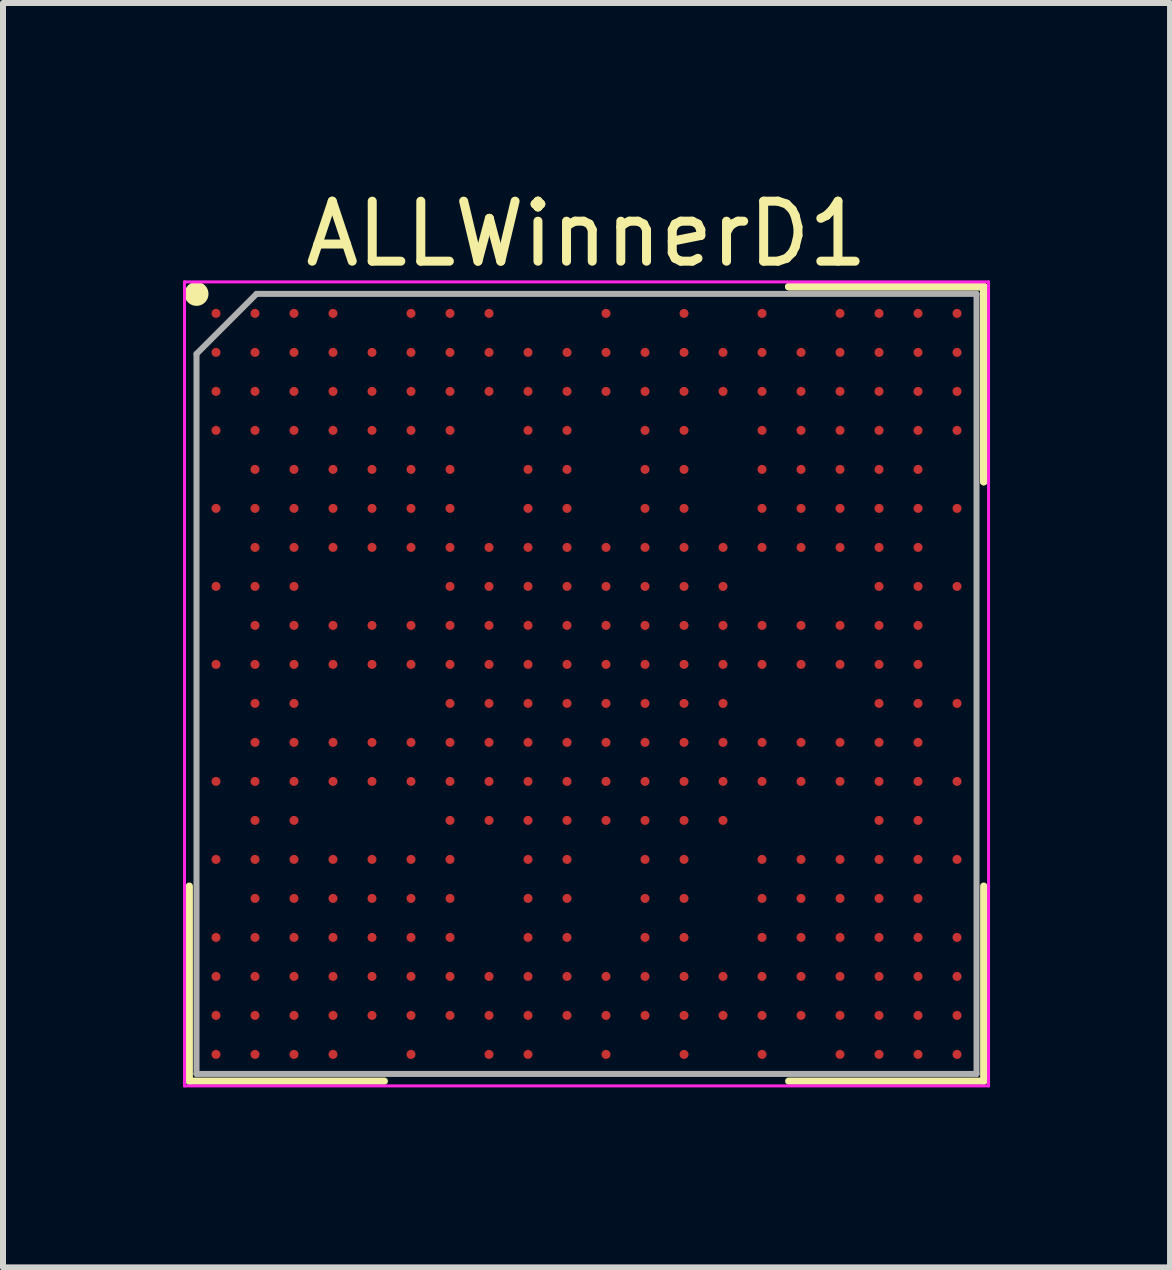
<source format=kicad_pcb>
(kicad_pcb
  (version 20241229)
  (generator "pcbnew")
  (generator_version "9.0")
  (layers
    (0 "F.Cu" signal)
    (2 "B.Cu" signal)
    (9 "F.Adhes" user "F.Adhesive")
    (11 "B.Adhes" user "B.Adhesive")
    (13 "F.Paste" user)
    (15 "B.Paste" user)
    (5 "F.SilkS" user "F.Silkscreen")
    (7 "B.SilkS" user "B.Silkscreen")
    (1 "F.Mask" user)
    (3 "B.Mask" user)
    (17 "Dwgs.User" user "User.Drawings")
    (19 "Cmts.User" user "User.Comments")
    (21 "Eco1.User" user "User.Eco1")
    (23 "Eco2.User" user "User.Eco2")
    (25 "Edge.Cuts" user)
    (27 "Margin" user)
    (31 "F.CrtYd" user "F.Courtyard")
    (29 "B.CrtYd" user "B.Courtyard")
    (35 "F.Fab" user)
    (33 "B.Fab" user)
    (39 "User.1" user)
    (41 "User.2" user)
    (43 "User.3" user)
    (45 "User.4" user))
  (footprint "ALLWinnerD1"
    (layer "F.Cu")
    (at 6.725 8.348)
    (property "Reference" "ALLWinnerD1" (at 0 -7.5 0) (layer "F.SilkS") (effects (font (size 1 1) (thickness 0.15))))
    (attr smd)
    (fp_line (start -6.62 6.62) (end -6.62 3.37) (stroke (width 0.12) (type solid)) (layer "F.SilkS"))
    (fp_line (start -3.37 6.62) (end -6.62 6.62) (stroke (width 0.12) (type solid)) (layer "F.SilkS"))
    (fp_line (start 3.37 -6.62) (end 6.62 -6.62) (stroke (width 0.12) (type solid)) (layer "F.SilkS"))
    (fp_line (start 3.37 -6.62) (end 6.62 -6.62) (stroke (width 0.12) (type solid)) (layer "F.SilkS"))
    (fp_line (start 3.37 -6.62) (end 6.62 -6.62) (stroke (width 0.12) (type solid)) (layer "F.SilkS"))
    (fp_line (start 3.37 6.62) (end 6.62 6.62) (stroke (width 0.12) (type solid)) (layer "F.SilkS"))
    (fp_line (start 6.62 -6.62) (end 6.62 -3.37) (stroke (width 0.12) (type solid)) (layer "F.SilkS"))
    (fp_line (start 6.62 -6.62) (end 6.62 -3.37) (stroke (width 0.12) (type solid)) (layer "F.SilkS"))
    (fp_line (start 6.62 -6.62) (end 6.62 -3.37) (stroke (width 0.12) (type solid)) (layer "F.SilkS"))
    (fp_line (start 6.62 6.62) (end 6.62 3.37) (stroke (width 0.12) (type solid)) (layer "F.SilkS"))
    (fp_circle (center -6.5 -6.5) (end -6.5 -6.4) (stroke (width 0.2) (type solid)) (fill no) (layer "F.SilkS"))
    (fp_line (start -6.7 -6.7) (end 6.7 -6.7) (stroke (width 0.05) (type solid)) (layer "F.CrtYd"))
    (fp_line (start -6.7 6.7) (end -6.7 -6.7) (stroke (width 0.05) (type solid)) (layer "F.CrtYd"))
    (fp_line (start 6.7 -6.7) (end 6.7 6.7) (stroke (width 0.05) (type solid)) (layer "F.CrtYd"))
    (fp_line (start 6.7 6.7) (end -6.7 6.7) (stroke (width 0.05) (type solid)) (layer "F.CrtYd"))
    (fp_line (start -6.5 -5.5) (end -6.5 6.5) (stroke (width 0.1) (type solid)) (layer "F.Fab"))
    (fp_line (start -6.5 6.5) (end 6.5 6.5) (stroke (width 0.1) (type solid)) (layer "F.Fab"))
    (fp_line (start -5.5 -6.5) (end -6.5 -5.5) (stroke (width 0.1) (type solid)) (layer "F.Fab"))
    (fp_line (start 6.5 -6.5) (end -5.5 -6.5) (stroke (width 0.1) (type solid)) (layer "F.Fab"))
    (fp_line (start 6.5 6.5) (end 6.5 -6.5) (stroke (width 0.1) (type solid)) (layer "F.Fab"))
    (pad "A1" smd circle (at -6.175 -6.175) (size 0.15 0.15) (layers "F.Cu" "F.Mask" "F.Paste"))
    (pad "A2" smd circle (at -5.525 -6.175) (size 0.15 0.15) (layers "F.Cu" "F.Mask" "F.Paste"))
    (pad "A3" smd circle (at -4.875 -6.175) (size 0.15 0.15) (layers "F.Cu" "F.Mask" "F.Paste"))
    (pad "A4" smd circle (at -4.225 -6.175) (size 0.15 0.15) (layers "F.Cu" "F.Mask" "F.Paste"))
    (pad "A6" smd circle (at -2.925 -6.175) (size 0.15 0.15) (layers "F.Cu" "F.Mask" "F.Paste"))
    (pad "A7" smd circle (at -2.275 -6.175) (size 0.15 0.15) (layers "F.Cu" "F.Mask" "F.Paste"))
    (pad "A8" smd circle (at -1.625 -6.175) (size 0.15 0.15) (layers "F.Cu" "F.Mask" "F.Paste"))
    (pad "A11" smd circle (at 0.325 -6.175) (size 0.15 0.15) (layers "F.Cu" "F.Mask" "F.Paste"))
    (pad "A13" smd circle (at 1.625 -6.175) (size 0.15 0.15) (layers "F.Cu" "F.Mask" "F.Paste"))
    (pad "A15" smd circle (at 2.925 -6.175) (size 0.15 0.15) (layers "F.Cu" "F.Mask" "F.Paste"))
    (pad "A17" smd circle (at 4.225 -6.175) (size 0.15 0.15) (layers "F.Cu" "F.Mask" "F.Paste"))
    (pad "A18" smd circle (at 4.875 -6.175) (size 0.15 0.15) (layers "F.Cu" "F.Mask" "F.Paste"))
    (pad "A19" smd circle (at 5.525 -6.175) (size 0.15 0.15) (layers "F.Cu" "F.Mask" "F.Paste"))
    (pad "A20" smd circle (at 6.175 -6.175) (size 0.15 0.15) (layers "F.Cu" "F.Mask" "F.Paste"))
    (pad "B1" smd circle (at -6.175 -5.525) (size 0.15 0.15) (layers "F.Cu" "F.Mask" "F.Paste"))
    (pad "B2" smd circle (at -5.525 -5.525) (size 0.15 0.15) (layers "F.Cu" "F.Mask" "F.Paste"))
    (pad "B3" smd circle (at -4.875 -5.525) (size 0.15 0.15) (layers "F.Cu" "F.Mask" "F.Paste"))
    (pad "B4" smd circle (at -4.225 -5.525) (size 0.15 0.15) (layers "F.Cu" "F.Mask" "F.Paste"))
    (pad "B5" smd circle (at -3.575 -5.525) (size 0.15 0.15) (layers "F.Cu" "F.Mask" "F.Paste"))
    (pad "B6" smd circle (at -2.925 -5.525) (size 0.15 0.15) (layers "F.Cu" "F.Mask" "F.Paste"))
    (pad "B7" smd circle (at -2.275 -5.525) (size 0.15 0.15) (layers "F.Cu" "F.Mask" "F.Paste"))
    (pad "B8" smd circle (at -1.625 -5.525) (size 0.15 0.15) (layers "F.Cu" "F.Mask" "F.Paste"))
    (pad "B9" smd circle (at -0.975 -5.525) (size 0.15 0.15) (layers "F.Cu" "F.Mask" "F.Paste"))
    (pad "B10" smd circle (at -0.325 -5.525) (size 0.15 0.15) (layers "F.Cu" "F.Mask" "F.Paste"))
    (pad "B11" smd circle (at 0.325 -5.525) (size 0.15 0.15) (layers "F.Cu" "F.Mask" "F.Paste"))
    (pad "B12" smd circle (at 0.975 -5.525) (size 0.15 0.15) (layers "F.Cu" "F.Mask" "F.Paste"))
    (pad "B13" smd circle (at 1.625 -5.525) (size 0.15 0.15) (layers "F.Cu" "F.Mask" "F.Paste"))
    (pad "B14" smd circle (at 2.275 -5.525) (size 0.15 0.15) (layers "F.Cu" "F.Mask" "F.Paste"))
    (pad "B15" smd circle (at 2.925 -5.525) (size 0.15 0.15) (layers "F.Cu" "F.Mask" "F.Paste"))
    (pad "B16" smd circle (at 3.575 -5.525) (size 0.15 0.15) (layers "F.Cu" "F.Mask" "F.Paste"))
    (pad "B17" smd circle (at 4.225 -5.525) (size 0.15 0.15) (layers "F.Cu" "F.Mask" "F.Paste"))
    (pad "B18" smd circle (at 4.875 -5.525) (size 0.15 0.15) (layers "F.Cu" "F.Mask" "F.Paste"))
    (pad "B19" smd circle (at 5.525 -5.525) (size 0.15 0.15) (layers "F.Cu" "F.Mask" "F.Paste"))
    (pad "B20" smd circle (at 6.175 -5.525) (size 0.15 0.15) (layers "F.Cu" "F.Mask" "F.Paste"))
    (pad "C1" smd circle (at -6.175 -4.875) (size 0.15 0.15) (layers "F.Cu" "F.Mask" "F.Paste"))
    (pad "C2" smd circle (at -5.525 -4.875) (size 0.15 0.15) (layers "F.Cu" "F.Mask" "F.Paste"))
    (pad "C3" smd circle (at -4.875 -4.875) (size 0.15 0.15) (layers "F.Cu" "F.Mask" "F.Paste"))
    (pad "C4" smd circle (at -4.225 -4.875) (size 0.15 0.15) (layers "F.Cu" "F.Mask" "F.Paste"))
    (pad "C5" smd circle (at -3.575 -4.875) (size 0.15 0.15) (layers "F.Cu" "F.Mask" "F.Paste"))
    (pad "C6" smd circle (at -2.925 -4.875) (size 0.15 0.15) (layers "F.Cu" "F.Mask" "F.Paste"))
    (pad "C7" smd circle (at -2.275 -4.875) (size 0.15 0.15) (layers "F.Cu" "F.Mask" "F.Paste"))
    (pad "C8" smd circle (at -1.625 -4.875) (size 0.15 0.15) (layers "F.Cu" "F.Mask" "F.Paste"))
    (pad "C9" smd circle (at -0.975 -4.875) (size 0.15 0.15) (layers "F.Cu" "F.Mask" "F.Paste"))
    (pad "C10" smd circle (at -0.325 -4.875) (size 0.15 0.15) (layers "F.Cu" "F.Mask" "F.Paste"))
    (pad "C11" smd circle (at 0.325 -4.875) (size 0.15 0.15) (layers "F.Cu" "F.Mask" "F.Paste"))
    (pad "C12" smd circle (at 0.975 -4.875) (size 0.15 0.15) (layers "F.Cu" "F.Mask" "F.Paste"))
    (pad "C13" smd circle (at 1.625 -4.875) (size 0.15 0.15) (layers "F.Cu" "F.Mask" "F.Paste"))
    (pad "C14" smd circle (at 2.275 -4.875) (size 0.15 0.15) (layers "F.Cu" "F.Mask" "F.Paste"))
    (pad "C15" smd circle (at 2.925 -4.875) (size 0.15 0.15) (layers "F.Cu" "F.Mask" "F.Paste"))
    (pad "C16" smd circle (at 3.575 -4.875) (size 0.15 0.15) (layers "F.Cu" "F.Mask" "F.Paste"))
    (pad "C17" smd circle (at 4.225 -4.875) (size 0.15 0.15) (layers "F.Cu" "F.Mask" "F.Paste"))
    (pad "C18" smd circle (at 4.875 -4.875) (size 0.15 0.15) (layers "F.Cu" "F.Mask" "F.Paste"))
    (pad "C19" smd circle (at 5.525 -4.875) (size 0.15 0.15) (layers "F.Cu" "F.Mask" "F.Paste"))
    (pad "C20" smd circle (at 6.175 -4.875) (size 0.15 0.15) (layers "F.Cu" "F.Mask" "F.Paste"))
    (pad "D1" smd circle (at -6.175 -4.225) (size 0.15 0.15) (layers "F.Cu" "F.Mask" "F.Paste"))
    (pad "D2" smd circle (at -5.525 -4.225) (size 0.15 0.15) (layers "F.Cu" "F.Mask" "F.Paste"))
    (pad "D3" smd circle (at -4.875 -4.225) (size 0.15 0.15) (layers "F.Cu" "F.Mask" "F.Paste"))
    (pad "D4" smd circle (at -4.225 -4.225) (size 0.15 0.15) (layers "F.Cu" "F.Mask" "F.Paste"))
    (pad "D5" smd circle (at -3.575 -4.225) (size 0.15 0.15) (layers "F.Cu" "F.Mask" "F.Paste"))
    (pad "D6" smd circle (at -2.925 -4.225) (size 0.15 0.15) (layers "F.Cu" "F.Mask" "F.Paste"))
    (pad "D7" smd circle (at -2.275 -4.225) (size 0.15 0.15) (layers "F.Cu" "F.Mask" "F.Paste"))
    (pad "D9" smd circle (at -0.975 -4.225) (size 0.15 0.15) (layers "F.Cu" "F.Mask" "F.Paste"))
    (pad "D10" smd circle (at -0.325 -4.225) (size 0.15 0.15) (layers "F.Cu" "F.Mask" "F.Paste"))
    (pad "D12" smd circle (at 0.975 -4.225) (size 0.15 0.15) (layers "F.Cu" "F.Mask" "F.Paste"))
    (pad "D13" smd circle (at 1.625 -4.225) (size 0.15 0.15) (layers "F.Cu" "F.Mask" "F.Paste"))
    (pad "D15" smd circle (at 2.925 -4.225) (size 0.15 0.15) (layers "F.Cu" "F.Mask" "F.Paste"))
    (pad "D16" smd circle (at 3.575 -4.225) (size 0.15 0.15) (layers "F.Cu" "F.Mask" "F.Paste"))
    (pad "D17" smd circle (at 4.225 -4.225) (size 0.15 0.15) (layers "F.Cu" "F.Mask" "F.Paste"))
    (pad "D18" smd circle (at 4.875 -4.225) (size 0.15 0.15) (layers "F.Cu" "F.Mask" "F.Paste"))
    (pad "D19" smd circle (at 5.525 -4.225) (size 0.15 0.15) (layers "F.Cu" "F.Mask" "F.Paste"))
    (pad "D20" smd circle (at 6.175 -4.225) (size 0.15 0.15) (layers "F.Cu" "F.Mask" "F.Paste"))
    (pad "E2" smd circle (at -5.525 -3.575) (size 0.15 0.15) (layers "F.Cu" "F.Mask" "F.Paste"))
    (pad "E3" smd circle (at -4.875 -3.575) (size 0.15 0.15) (layers "F.Cu" "F.Mask" "F.Paste"))
    (pad "E4" smd circle (at -4.225 -3.575) (size 0.15 0.15) (layers "F.Cu" "F.Mask" "F.Paste"))
    (pad "E5" smd circle (at -3.575 -3.575) (size 0.15 0.15) (layers "F.Cu" "F.Mask" "F.Paste"))
    (pad "E6" smd circle (at -2.925 -3.575) (size 0.15 0.15) (layers "F.Cu" "F.Mask" "F.Paste"))
    (pad "E7" smd circle (at -2.275 -3.575) (size 0.15 0.15) (layers "F.Cu" "F.Mask" "F.Paste"))
    (pad "E9" smd circle (at -0.975 -3.575) (size 0.15 0.15) (layers "F.Cu" "F.Mask" "F.Paste"))
    (pad "E10" smd circle (at -0.325 -3.575) (size 0.15 0.15) (layers "F.Cu" "F.Mask" "F.Paste"))
    (pad "E12" smd circle (at 0.975 -3.575) (size 0.15 0.15) (layers "F.Cu" "F.Mask" "F.Paste"))
    (pad "E13" smd circle (at 1.625 -3.575) (size 0.15 0.15) (layers "F.Cu" "F.Mask" "F.Paste"))
    (pad "E15" smd circle (at 2.925 -3.575) (size 0.15 0.15) (layers "F.Cu" "F.Mask" "F.Paste"))
    (pad "E16" smd circle (at 3.575 -3.575) (size 0.15 0.15) (layers "F.Cu" "F.Mask" "F.Paste"))
    (pad "E17" smd circle (at 4.225 -3.575) (size 0.15 0.15) (layers "F.Cu" "F.Mask" "F.Paste"))
    (pad "E18" smd circle (at 4.875 -3.575) (size 0.15 0.15) (layers "F.Cu" "F.Mask" "F.Paste"))
    (pad "E19" smd circle (at 5.525 -3.575) (size 0.15 0.15) (layers "F.Cu" "F.Mask" "F.Paste"))
    (pad "F1" smd circle (at -6.175 -2.925) (size 0.15 0.15) (layers "F.Cu" "F.Mask" "F.Paste"))
    (pad "F2" smd circle (at -5.525 -2.925) (size 0.15 0.15) (layers "F.Cu" "F.Mask" "F.Paste"))
    (pad "F3" smd circle (at -4.875 -2.925) (size 0.15 0.15) (layers "F.Cu" "F.Mask" "F.Paste"))
    (pad "F4" smd circle (at -4.225 -2.925) (size 0.15 0.15) (layers "F.Cu" "F.Mask" "F.Paste"))
    (pad "F5" smd circle (at -3.575 -2.925) (size 0.15 0.15) (layers "F.Cu" "F.Mask" "F.Paste"))
    (pad "F6" smd circle (at -2.925 -2.925) (size 0.15 0.15) (layers "F.Cu" "F.Mask" "F.Paste"))
    (pad "F7" smd circle (at -2.275 -2.925) (size 0.15 0.15) (layers "F.Cu" "F.Mask" "F.Paste"))
    (pad "F9" smd circle (at -0.975 -2.925) (size 0.15 0.15) (layers "F.Cu" "F.Mask" "F.Paste"))
    (pad "F10" smd circle (at -0.325 -2.925) (size 0.15 0.15) (layers "F.Cu" "F.Mask" "F.Paste"))
    (pad "F12" smd circle (at 0.975 -2.925) (size 0.15 0.15) (layers "F.Cu" "F.Mask" "F.Paste"))
    (pad "F13" smd circle (at 1.625 -2.925) (size 0.15 0.15) (layers "F.Cu" "F.Mask" "F.Paste"))
    (pad "F15" smd circle (at 2.925 -2.925) (size 0.15 0.15) (layers "F.Cu" "F.Mask" "F.Paste"))
    (pad "F16" smd circle (at 3.575 -2.925) (size 0.15 0.15) (layers "F.Cu" "F.Mask" "F.Paste"))
    (pad "F17" smd circle (at 4.225 -2.925) (size 0.15 0.15) (layers "F.Cu" "F.Mask" "F.Paste"))
    (pad "F18" smd circle (at 4.875 -2.925) (size 0.15 0.15) (layers "F.Cu" "F.Mask" "F.Paste"))
    (pad "F19" smd circle (at 5.525 -2.925) (size 0.15 0.15) (layers "F.Cu" "F.Mask" "F.Paste"))
    (pad "F20" smd circle (at 6.175 -2.925) (size 0.15 0.15) (layers "F.Cu" "F.Mask" "F.Paste"))
    (pad "G2" smd circle (at -5.525 -2.275) (size 0.15 0.15) (layers "F.Cu" "F.Mask" "F.Paste"))
    (pad "G3" smd circle (at -4.875 -2.275) (size 0.15 0.15) (layers "F.Cu" "F.Mask" "F.Paste"))
    (pad "G4" smd circle (at -4.225 -2.275) (size 0.15 0.15) (layers "F.Cu" "F.Mask" "F.Paste"))
    (pad "G5" smd circle (at -3.575 -2.275) (size 0.15 0.15) (layers "F.Cu" "F.Mask" "F.Paste"))
    (pad "G6" smd circle (at -2.925 -2.275) (size 0.15 0.15) (layers "F.Cu" "F.Mask" "F.Paste"))
    (pad "G7" smd circle (at -2.275 -2.275) (size 0.15 0.15) (layers "F.Cu" "F.Mask" "F.Paste"))
    (pad "G8" smd circle (at -1.625 -2.275) (size 0.15 0.15) (layers "F.Cu" "F.Mask" "F.Paste"))
    (pad "G9" smd circle (at -0.975 -2.275) (size 0.15 0.15) (layers "F.Cu" "F.Mask" "F.Paste"))
    (pad "G10" smd circle (at -0.325 -2.275) (size 0.15 0.15) (layers "F.Cu" "F.Mask" "F.Paste"))
    (pad "G11" smd circle (at 0.325 -2.275) (size 0.15 0.15) (layers "F.Cu" "F.Mask" "F.Paste"))
    (pad "G12" smd circle (at 0.975 -2.275) (size 0.15 0.15) (layers "F.Cu" "F.Mask" "F.Paste"))
    (pad "G13" smd circle (at 1.625 -2.275) (size 0.15 0.15) (layers "F.Cu" "F.Mask" "F.Paste"))
    (pad "G14" smd circle (at 2.275 -2.275) (size 0.15 0.15) (layers "F.Cu" "F.Mask" "F.Paste"))
    (pad "G15" smd circle (at 2.925 -2.275) (size 0.15 0.15) (layers "F.Cu" "F.Mask" "F.Paste"))
    (pad "G16" smd circle (at 3.575 -2.275) (size 0.15 0.15) (layers "F.Cu" "F.Mask" "F.Paste"))
    (pad "G17" smd circle (at 4.225 -2.275) (size 0.15 0.15) (layers "F.Cu" "F.Mask" "F.Paste"))
    (pad "G18" smd circle (at 4.875 -2.275) (size 0.15 0.15) (layers "F.Cu" "F.Mask" "F.Paste"))
    (pad "G19" smd circle (at 5.525 -2.275) (size 0.15 0.15) (layers "F.Cu" "F.Mask" "F.Paste"))
    (pad "H1" smd circle (at -6.175 -1.625) (size 0.15 0.15) (layers "F.Cu" "F.Mask" "F.Paste"))
    (pad "H2" smd circle (at -5.525 -1.625) (size 0.15 0.15) (layers "F.Cu" "F.Mask" "F.Paste"))
    (pad "H3" smd circle (at -4.875 -1.625) (size 0.15 0.15) (layers "F.Cu" "F.Mask" "F.Paste"))
    (pad "H7" smd circle (at -2.275 -1.625) (size 0.15 0.15) (layers "F.Cu" "F.Mask" "F.Paste"))
    (pad "H8" smd circle (at -1.625 -1.625) (size 0.15 0.15) (layers "F.Cu" "F.Mask" "F.Paste"))
    (pad "H9" smd circle (at -0.975 -1.625) (size 0.15 0.15) (layers "F.Cu" "F.Mask" "F.Paste"))
    (pad "H10" smd circle (at -0.325 -1.625) (size 0.15 0.15) (layers "F.Cu" "F.Mask" "F.Paste"))
    (pad "H11" smd circle (at 0.325 -1.625) (size 0.15 0.15) (layers "F.Cu" "F.Mask" "F.Paste"))
    (pad "H12" smd circle (at 0.975 -1.625) (size 0.15 0.15) (layers "F.Cu" "F.Mask" "F.Paste"))
    (pad "H13" smd circle (at 1.625 -1.625) (size 0.15 0.15) (layers "F.Cu" "F.Mask" "F.Paste"))
    (pad "H14" smd circle (at 2.275 -1.625) (size 0.15 0.15) (layers "F.Cu" "F.Mask" "F.Paste"))
    (pad "H18" smd circle (at 4.875 -1.625) (size 0.15 0.15) (layers "F.Cu" "F.Mask" "F.Paste"))
    (pad "H19" smd circle (at 5.525 -1.625) (size 0.15 0.15) (layers "F.Cu" "F.Mask" "F.Paste"))
    (pad "H20" smd circle (at 6.175 -1.625) (size 0.15 0.15) (layers "F.Cu" "F.Mask" "F.Paste"))
    (pad "J2" smd circle (at -5.525 -0.975) (size 0.15 0.15) (layers "F.Cu" "F.Mask" "F.Paste"))
    (pad "J3" smd circle (at -4.875 -0.975) (size 0.15 0.15) (layers "F.Cu" "F.Mask" "F.Paste"))
    (pad "J4" smd circle (at -4.225 -0.975) (size 0.15 0.15) (layers "F.Cu" "F.Mask" "F.Paste"))
    (pad "J5" smd circle (at -3.575 -0.975) (size 0.15 0.15) (layers "F.Cu" "F.Mask" "F.Paste"))
    (pad "J6" smd circle (at -2.925 -0.975) (size 0.15 0.15) (layers "F.Cu" "F.Mask" "F.Paste"))
    (pad "J7" smd circle (at -2.275 -0.975) (size 0.15 0.15) (layers "F.Cu" "F.Mask" "F.Paste"))
    (pad "J8" smd circle (at -1.625 -0.975) (size 0.15 0.15) (layers "F.Cu" "F.Mask" "F.Paste"))
    (pad "J9" smd circle (at -0.975 -0.975) (size 0.15 0.15) (layers "F.Cu" "F.Mask" "F.Paste"))
    (pad "J10" smd circle (at -0.325 -0.975) (size 0.15 0.15) (layers "F.Cu" "F.Mask" "F.Paste"))
    (pad "J11" smd circle (at 0.325 -0.975) (size 0.15 0.15) (layers "F.Cu" "F.Mask" "F.Paste"))
    (pad "J12" smd circle (at 0.975 -0.975) (size 0.15 0.15) (layers "F.Cu" "F.Mask" "F.Paste"))
    (pad "J13" smd circle (at 1.625 -0.975) (size 0.15 0.15) (layers "F.Cu" "F.Mask" "F.Paste"))
    (pad "J14" smd circle (at 2.275 -0.975) (size 0.15 0.15) (layers "F.Cu" "F.Mask" "F.Paste"))
    (pad "J15" smd circle (at 2.925 -0.975) (size 0.15 0.15) (layers "F.Cu" "F.Mask" "F.Paste"))
    (pad "J16" smd circle (at 3.575 -0.975) (size 0.15 0.15) (layers "F.Cu" "F.Mask" "F.Paste"))
    (pad "J17" smd circle (at 4.225 -0.975) (size 0.15 0.15) (layers "F.Cu" "F.Mask" "F.Paste"))
    (pad "J18" smd circle (at 4.875 -0.975) (size 0.15 0.15) (layers "F.Cu" "F.Mask" "F.Paste"))
    (pad "J19" smd circle (at 5.525 -0.975) (size 0.15 0.15) (layers "F.Cu" "F.Mask" "F.Paste"))
    (pad "K1" smd circle (at -6.175 -0.325) (size 0.15 0.15) (layers "F.Cu" "F.Mask" "F.Paste"))
    (pad "K2" smd circle (at -5.525 -0.325) (size 0.15 0.15) (layers "F.Cu" "F.Mask" "F.Paste"))
    (pad "K3" smd circle (at -4.875 -0.325) (size 0.15 0.15) (layers "F.Cu" "F.Mask" "F.Paste"))
    (pad "K4" smd circle (at -4.225 -0.325) (size 0.15 0.15) (layers "F.Cu" "F.Mask" "F.Paste"))
    (pad "K5" smd circle (at -3.575 -0.325) (size 0.15 0.15) (layers "F.Cu" "F.Mask" "F.Paste"))
    (pad "K6" smd circle (at -2.925 -0.325) (size 0.15 0.15) (layers "F.Cu" "F.Mask" "F.Paste"))
    (pad "K7" smd circle (at -2.275 -0.325) (size 0.15 0.15) (layers "F.Cu" "F.Mask" "F.Paste"))
    (pad "K8" smd circle (at -1.625 -0.325) (size 0.15 0.15) (layers "F.Cu" "F.Mask" "F.Paste"))
    (pad "K9" smd circle (at -0.975 -0.325) (size 0.15 0.15) (layers "F.Cu" "F.Mask" "F.Paste"))
    (pad "K10" smd circle (at -0.325 -0.325) (size 0.15 0.15) (layers "F.Cu" "F.Mask" "F.Paste"))
    (pad "K11" smd circle (at 0.325 -0.325) (size 0.15 0.15) (layers "F.Cu" "F.Mask" "F.Paste"))
    (pad "K12" smd circle (at 0.975 -0.325) (size 0.15 0.15) (layers "F.Cu" "F.Mask" "F.Paste"))
    (pad "K13" smd circle (at 1.625 -0.325) (size 0.15 0.15) (layers "F.Cu" "F.Mask" "F.Paste"))
    (pad "K14" smd circle (at 2.275 -0.325) (size 0.15 0.15) (layers "F.Cu" "F.Mask" "F.Paste"))
    (pad "K15" smd circle (at 2.925 -0.325) (size 0.15 0.15) (layers "F.Cu" "F.Mask" "F.Paste"))
    (pad "K16" smd circle (at 3.575 -0.325) (size 0.15 0.15) (layers "F.Cu" "F.Mask" "F.Paste"))
    (pad "K17" smd circle (at 4.225 -0.325) (size 0.15 0.15) (layers "F.Cu" "F.Mask" "F.Paste"))
    (pad "K18" smd circle (at 4.875 -0.325) (size 0.15 0.15) (layers "F.Cu" "F.Mask" "F.Paste"))
    (pad "K19" smd circle (at 5.525 -0.325) (size 0.15 0.15) (layers "F.Cu" "F.Mask" "F.Paste"))
    (pad "L2" smd circle (at -5.525 0.325) (size 0.15 0.15) (layers "F.Cu" "F.Mask" "F.Paste"))
    (pad "L3" smd circle (at -4.875 0.325) (size 0.15 0.15) (layers "F.Cu" "F.Mask" "F.Paste"))
    (pad "L7" smd circle (at -2.275 0.325) (size 0.15 0.15) (layers "F.Cu" "F.Mask" "F.Paste"))
    (pad "L8" smd circle (at -1.625 0.325) (size 0.15 0.15) (layers "F.Cu" "F.Mask" "F.Paste"))
    (pad "L9" smd circle (at -0.975 0.325) (size 0.15 0.15) (layers "F.Cu" "F.Mask" "F.Paste"))
    (pad "L10" smd circle (at -0.325 0.325) (size 0.15 0.15) (layers "F.Cu" "F.Mask" "F.Paste"))
    (pad "L11" smd circle (at 0.325 0.325) (size 0.15 0.15) (layers "F.Cu" "F.Mask" "F.Paste"))
    (pad "L12" smd circle (at 0.975 0.325) (size 0.15 0.15) (layers "F.Cu" "F.Mask" "F.Paste"))
    (pad "L13" smd circle (at 1.625 0.325) (size 0.15 0.15) (layers "F.Cu" "F.Mask" "F.Paste"))
    (pad "L14" smd circle (at 2.275 0.325) (size 0.15 0.15) (layers "F.Cu" "F.Mask" "F.Paste"))
    (pad "L18" smd circle (at 4.875 0.325) (size 0.15 0.15) (layers "F.Cu" "F.Mask" "F.Paste"))
    (pad "L19" smd circle (at 5.525 0.325) (size 0.15 0.15) (layers "F.Cu" "F.Mask" "F.Paste"))
    (pad "L20" smd circle (at 6.175 0.325) (size 0.15 0.15) (layers "F.Cu" "F.Mask" "F.Paste"))
    (pad "M2" smd circle (at -5.525 0.975) (size 0.15 0.15) (layers "F.Cu" "F.Mask" "F.Paste"))
    (pad "M3" smd circle (at -4.875 0.975) (size 0.15 0.15) (layers "F.Cu" "F.Mask" "F.Paste"))
    (pad "M4" smd circle (at -4.225 0.975) (size 0.15 0.15) (layers "F.Cu" "F.Mask" "F.Paste"))
    (pad "M5" smd circle (at -3.575 0.975) (size 0.15 0.15) (layers "F.Cu" "F.Mask" "F.Paste"))
    (pad "M6" smd circle (at -2.925 0.975) (size 0.15 0.15) (layers "F.Cu" "F.Mask" "F.Paste"))
    (pad "M7" smd circle (at -2.275 0.975) (size 0.15 0.15) (layers "F.Cu" "F.Mask" "F.Paste"))
    (pad "M8" smd circle (at -1.625 0.975) (size 0.15 0.15) (layers "F.Cu" "F.Mask" "F.Paste"))
    (pad "M9" smd circle (at -0.975 0.975) (size 0.15 0.15) (layers "F.Cu" "F.Mask" "F.Paste"))
    (pad "M10" smd circle (at -0.325 0.975) (size 0.15 0.15) (layers "F.Cu" "F.Mask" "F.Paste"))
    (pad "M11" smd circle (at 0.325 0.975) (size 0.15 0.15) (layers "F.Cu" "F.Mask" "F.Paste"))
    (pad "M12" smd circle (at 0.975 0.975) (size 0.15 0.15) (layers "F.Cu" "F.Mask" "F.Paste"))
    (pad "M13" smd circle (at 1.625 0.975) (size 0.15 0.15) (layers "F.Cu" "F.Mask" "F.Paste"))
    (pad "M14" smd circle (at 2.275 0.975) (size 0.15 0.15) (layers "F.Cu" "F.Mask" "F.Paste"))
    (pad "M15" smd circle (at 2.925 0.975) (size 0.15 0.15) (layers "F.Cu" "F.Mask" "F.Paste"))
    (pad "M16" smd circle (at 3.575 0.975) (size 0.15 0.15) (layers "F.Cu" "F.Mask" "F.Paste"))
    (pad "M17" smd circle (at 4.225 0.975) (size 0.15 0.15) (layers "F.Cu" "F.Mask" "F.Paste"))
    (pad "M18" smd circle (at 4.875 0.975) (size 0.15 0.15) (layers "F.Cu" "F.Mask" "F.Paste"))
    (pad "M19" smd circle (at 5.525 0.975) (size 0.15 0.15) (layers "F.Cu" "F.Mask" "F.Paste"))
    (pad "N1" smd circle (at -6.175 1.625) (size 0.15 0.15) (layers "F.Cu" "F.Mask" "F.Paste"))
    (pad "N2" smd circle (at -5.525 1.625) (size 0.15 0.15) (layers "F.Cu" "F.Mask" "F.Paste"))
    (pad "N3" smd circle (at -4.875 1.625) (size 0.15 0.15) (layers "F.Cu" "F.Mask" "F.Paste"))
    (pad "N4" smd circle (at -4.225 1.625) (size 0.15 0.15) (layers "F.Cu" "F.Mask" "F.Paste"))
    (pad "N5" smd circle (at -3.575 1.625) (size 0.15 0.15) (layers "F.Cu" "F.Mask" "F.Paste"))
    (pad "N6" smd circle (at -2.925 1.625) (size 0.15 0.15) (layers "F.Cu" "F.Mask" "F.Paste"))
    (pad "N7" smd circle (at -2.275 1.625) (size 0.15 0.15) (layers "F.Cu" "F.Mask" "F.Paste"))
    (pad "N8" smd circle (at -1.625 1.625) (size 0.15 0.15) (layers "F.Cu" "F.Mask" "F.Paste"))
    (pad "N9" smd circle (at -0.975 1.625) (size 0.15 0.15) (layers "F.Cu" "F.Mask" "F.Paste"))
    (pad "N10" smd circle (at -0.325 1.625) (size 0.15 0.15) (layers "F.Cu" "F.Mask" "F.Paste"))
    (pad "N11" smd circle (at 0.325 1.625) (size 0.15 0.15) (layers "F.Cu" "F.Mask" "F.Paste"))
    (pad "N12" smd circle (at 0.975 1.625) (size 0.15 0.15) (layers "F.Cu" "F.Mask" "F.Paste"))
    (pad "N13" smd circle (at 1.625 1.625) (size 0.15 0.15) (layers "F.Cu" "F.Mask" "F.Paste"))
    (pad "N14" smd circle (at 2.275 1.625) (size 0.15 0.15) (layers "F.Cu" "F.Mask" "F.Paste"))
    (pad "N15" smd circle (at 2.925 1.625) (size 0.15 0.15) (layers "F.Cu" "F.Mask" "F.Paste"))
    (pad "N16" smd circle (at 3.575 1.625) (size 0.15 0.15) (layers "F.Cu" "F.Mask" "F.Paste"))
    (pad "N17" smd circle (at 4.225 1.625) (size 0.15 0.15) (layers "F.Cu" "F.Mask" "F.Paste"))
    (pad "N18" smd circle (at 4.875 1.625) (size 0.15 0.15) (layers "F.Cu" "F.Mask" "F.Paste"))
    (pad "N19" smd circle (at 5.525 1.625) (size 0.15 0.15) (layers "F.Cu" "F.Mask" "F.Paste"))
    (pad "N20" smd circle (at 6.175 1.625) (size 0.15 0.15) (layers "F.Cu" "F.Mask" "F.Paste"))
    (pad "P2" smd circle (at -5.525 2.275) (size 0.15 0.15) (layers "F.Cu" "F.Mask" "F.Paste"))
    (pad "P3" smd circle (at -4.875 2.275) (size 0.15 0.15) (layers "F.Cu" "F.Mask" "F.Paste"))
    (pad "P7" smd circle (at -2.275 2.275) (size 0.15 0.15) (layers "F.Cu" "F.Mask" "F.Paste"))
    (pad "P8" smd circle (at -1.625 2.275) (size 0.15 0.15) (layers "F.Cu" "F.Mask" "F.Paste"))
    (pad "P9" smd circle (at -0.975 2.275) (size 0.15 0.15) (layers "F.Cu" "F.Mask" "F.Paste"))
    (pad "P10" smd circle (at -0.325 2.275) (size 0.15 0.15) (layers "F.Cu" "F.Mask" "F.Paste"))
    (pad "P11" smd circle (at 0.325 2.275) (size 0.15 0.15) (layers "F.Cu" "F.Mask" "F.Paste"))
    (pad "P12" smd circle (at 0.975 2.275) (size 0.15 0.15) (layers "F.Cu" "F.Mask" "F.Paste"))
    (pad "P13" smd circle (at 1.625 2.275) (size 0.15 0.15) (layers "F.Cu" "F.Mask" "F.Paste"))
    (pad "P14" smd circle (at 2.275 2.275) (size 0.15 0.15) (layers "F.Cu" "F.Mask" "F.Paste"))
    (pad "P18" smd circle (at 4.875 2.275) (size 0.15 0.15) (layers "F.Cu" "F.Mask" "F.Paste"))
    (pad "P19" smd circle (at 5.525 2.275) (size 0.15 0.15) (layers "F.Cu" "F.Mask" "F.Paste"))
    (pad "R1" smd circle (at -6.175 2.925) (size 0.15 0.15) (layers "F.Cu" "F.Mask" "F.Paste"))
    (pad "R2" smd circle (at -5.525 2.925) (size 0.15 0.15) (layers "F.Cu" "F.Mask" "F.Paste"))
    (pad "R3" smd circle (at -4.875 2.925) (size 0.15 0.15) (layers "F.Cu" "F.Mask" "F.Paste"))
    (pad "R4" smd circle (at -4.225 2.925) (size 0.15 0.15) (layers "F.Cu" "F.Mask" "F.Paste"))
    (pad "R5" smd circle (at -3.575 2.925) (size 0.15 0.15) (layers "F.Cu" "F.Mask" "F.Paste"))
    (pad "R6" smd circle (at -2.925 2.925) (size 0.15 0.15) (layers "F.Cu" "F.Mask" "F.Paste"))
    (pad "R7" smd circle (at -2.275 2.925) (size 0.15 0.15) (layers "F.Cu" "F.Mask" "F.Paste"))
    (pad "R9" smd circle (at -0.975 2.925) (size 0.15 0.15) (layers "F.Cu" "F.Mask" "F.Paste"))
    (pad "R10" smd circle (at -0.325 2.925) (size 0.15 0.15) (layers "F.Cu" "F.Mask" "F.Paste"))
    (pad "R12" smd circle (at 0.975 2.925) (size 0.15 0.15) (layers "F.Cu" "F.Mask" "F.Paste"))
    (pad "R13" smd circle (at 1.625 2.925) (size 0.15 0.15) (layers "F.Cu" "F.Mask" "F.Paste"))
    (pad "R15" smd circle (at 2.925 2.925) (size 0.15 0.15) (layers "F.Cu" "F.Mask" "F.Paste"))
    (pad "R16" smd circle (at 3.575 2.925) (size 0.15 0.15) (layers "F.Cu" "F.Mask" "F.Paste"))
    (pad "R17" smd circle (at 4.225 2.925) (size 0.15 0.15) (layers "F.Cu" "F.Mask" "F.Paste"))
    (pad "R18" smd circle (at 4.875 2.925) (size 0.15 0.15) (layers "F.Cu" "F.Mask" "F.Paste"))
    (pad "R19" smd circle (at 5.525 2.925) (size 0.15 0.15) (layers "F.Cu" "F.Mask" "F.Paste"))
    (pad "R20" smd circle (at 6.175 2.925) (size 0.15 0.15) (layers "F.Cu" "F.Mask" "F.Paste"))
    (pad "T2" smd circle (at -5.525 3.575) (size 0.15 0.15) (layers "F.Cu" "F.Mask" "F.Paste"))
    (pad "T3" smd circle (at -4.875 3.575) (size 0.15 0.15) (layers "F.Cu" "F.Mask" "F.Paste"))
    (pad "T4" smd circle (at -4.225 3.575) (size 0.15 0.15) (layers "F.Cu" "F.Mask" "F.Paste"))
    (pad "T5" smd circle (at -3.575 3.575) (size 0.15 0.15) (layers "F.Cu" "F.Mask" "F.Paste"))
    (pad "T6" smd circle (at -2.925 3.575) (size 0.15 0.15) (layers "F.Cu" "F.Mask" "F.Paste"))
    (pad "T7" smd circle (at -2.275 3.575) (size 0.15 0.15) (layers "F.Cu" "F.Mask" "F.Paste"))
    (pad "T9" smd circle (at -0.975 3.575) (size 0.15 0.15) (layers "F.Cu" "F.Mask" "F.Paste"))
    (pad "T10" smd circle (at -0.325 3.575) (size 0.15 0.15) (layers "F.Cu" "F.Mask" "F.Paste"))
    (pad "T12" smd circle (at 0.975 3.575) (size 0.15 0.15) (layers "F.Cu" "F.Mask" "F.Paste"))
    (pad "T13" smd circle (at 1.625 3.575) (size 0.15 0.15) (layers "F.Cu" "F.Mask" "F.Paste"))
    (pad "T15" smd circle (at 2.925 3.575) (size 0.15 0.15) (layers "F.Cu" "F.Mask" "F.Paste"))
    (pad "T16" smd circle (at 3.575 3.575) (size 0.15 0.15) (layers "F.Cu" "F.Mask" "F.Paste"))
    (pad "T17" smd circle (at 4.225 3.575) (size 0.15 0.15) (layers "F.Cu" "F.Mask" "F.Paste"))
    (pad "T18" smd circle (at 4.875 3.575) (size 0.15 0.15) (layers "F.Cu" "F.Mask" "F.Paste"))
    (pad "T19" smd circle (at 5.525 3.575) (size 0.15 0.15) (layers "F.Cu" "F.Mask" "F.Paste"))
    (pad "U1" smd circle (at -6.175 4.225) (size 0.15 0.15) (layers "F.Cu" "F.Mask" "F.Paste"))
    (pad "U2" smd circle (at -5.525 4.225) (size 0.15 0.15) (layers "F.Cu" "F.Mask" "F.Paste"))
    (pad "U3" smd circle (at -4.875 4.225) (size 0.15 0.15) (layers "F.Cu" "F.Mask" "F.Paste"))
    (pad "U4" smd circle (at -4.225 4.225) (size 0.15 0.15) (layers "F.Cu" "F.Mask" "F.Paste"))
    (pad "U5" smd circle (at -3.575 4.225) (size 0.15 0.15) (layers "F.Cu" "F.Mask" "F.Paste"))
    (pad "U6" smd circle (at -2.925 4.225) (size 0.15 0.15) (layers "F.Cu" "F.Mask" "F.Paste"))
    (pad "U7" smd circle (at -2.275 4.225) (size 0.15 0.15) (layers "F.Cu" "F.Mask" "F.Paste"))
    (pad "U9" smd circle (at -0.975 4.225) (size 0.15 0.15) (layers "F.Cu" "F.Mask" "F.Paste"))
    (pad "U10" smd circle (at -0.325 4.225) (size 0.15 0.15) (layers "F.Cu" "F.Mask" "F.Paste"))
    (pad "U12" smd circle (at 0.975 4.225) (size 0.15 0.15) (layers "F.Cu" "F.Mask" "F.Paste"))
    (pad "U13" smd circle (at 1.625 4.225) (size 0.15 0.15) (layers "F.Cu" "F.Mask" "F.Paste"))
    (pad "U15" smd circle (at 2.925 4.225) (size 0.15 0.15) (layers "F.Cu" "F.Mask" "F.Paste"))
    (pad "U16" smd circle (at 3.575 4.225) (size 0.15 0.15) (layers "F.Cu" "F.Mask" "F.Paste"))
    (pad "U17" smd circle (at 4.225 4.225) (size 0.15 0.15) (layers "F.Cu" "F.Mask" "F.Paste"))
    (pad "U18" smd circle (at 4.875 4.225) (size 0.15 0.15) (layers "F.Cu" "F.Mask" "F.Paste"))
    (pad "U19" smd circle (at 5.525 4.225) (size 0.15 0.15) (layers "F.Cu" "F.Mask" "F.Paste"))
    (pad "U20" smd circle (at 6.175 4.225) (size 0.15 0.15) (layers "F.Cu" "F.Mask" "F.Paste"))
    (pad "V1" smd circle (at -6.175 4.875) (size 0.15 0.15) (layers "F.Cu" "F.Mask" "F.Paste"))
    (pad "V2" smd circle (at -5.525 4.875) (size 0.15 0.15) (layers "F.Cu" "F.Mask" "F.Paste"))
    (pad "V3" smd circle (at -4.875 4.875) (size 0.15 0.15) (layers "F.Cu" "F.Mask" "F.Paste"))
    (pad "V4" smd circle (at -4.225 4.875) (size 0.15 0.15) (layers "F.Cu" "F.Mask" "F.Paste"))
    (pad "V5" smd circle (at -3.575 4.875) (size 0.15 0.15) (layers "F.Cu" "F.Mask" "F.Paste"))
    (pad "V6" smd circle (at -2.925 4.875) (size 0.15 0.15) (layers "F.Cu" "F.Mask" "F.Paste"))
    (pad "V7" smd circle (at -2.275 4.875) (size 0.15 0.15) (layers "F.Cu" "F.Mask" "F.Paste"))
    (pad "V8" smd circle (at -1.625 4.875) (size 0.15 0.15) (layers "F.Cu" "F.Mask" "F.Paste"))
    (pad "V9" smd circle (at -0.975 4.875) (size 0.15 0.15) (layers "F.Cu" "F.Mask" "F.Paste"))
    (pad "V10" smd circle (at -0.325 4.875) (size 0.15 0.15) (layers "F.Cu" "F.Mask" "F.Paste"))
    (pad "V11" smd circle (at 0.325 4.875) (size 0.15 0.15) (layers "F.Cu" "F.Mask" "F.Paste"))
    (pad "V12" smd circle (at 0.975 4.875) (size 0.15 0.15) (layers "F.Cu" "F.Mask" "F.Paste"))
    (pad "V13" smd circle (at 1.625 4.875) (size 0.15 0.15) (layers "F.Cu" "F.Mask" "F.Paste"))
    (pad "V14" smd circle (at 2.275 4.875) (size 0.15 0.15) (layers "F.Cu" "F.Mask" "F.Paste"))
    (pad "V15" smd circle (at 2.925 4.875) (size 0.15 0.15) (layers "F.Cu" "F.Mask" "F.Paste"))
    (pad "V16" smd circle (at 3.575 4.875) (size 0.15 0.15) (layers "F.Cu" "F.Mask" "F.Paste"))
    (pad "V17" smd circle (at 4.225 4.875) (size 0.15 0.15) (layers "F.Cu" "F.Mask" "F.Paste"))
    (pad "V18" smd circle (at 4.875 4.875) (size 0.15 0.15) (layers "F.Cu" "F.Mask" "F.Paste"))
    (pad "V19" smd circle (at 5.525 4.875) (size 0.15 0.15) (layers "F.Cu" "F.Mask" "F.Paste"))
    (pad "V20" smd circle (at 6.175 4.875) (size 0.15 0.15) (layers "F.Cu" "F.Mask" "F.Paste"))
    (pad "W1" smd circle (at -6.175 5.525) (size 0.15 0.15) (layers "F.Cu" "F.Mask" "F.Paste"))
    (pad "W2" smd circle (at -5.525 5.525) (size 0.15 0.15) (layers "F.Cu" "F.Mask" "F.Paste"))
    (pad "W3" smd circle (at -4.875 5.525) (size 0.15 0.15) (layers "F.Cu" "F.Mask" "F.Paste"))
    (pad "W4" smd circle (at -4.225 5.525) (size 0.15 0.15) (layers "F.Cu" "F.Mask" "F.Paste"))
    (pad "W5" smd circle (at -3.575 5.525) (size 0.15 0.15) (layers "F.Cu" "F.Mask" "F.Paste"))
    (pad "W6" smd circle (at -2.925 5.525) (size 0.15 0.15) (layers "F.Cu" "F.Mask" "F.Paste"))
    (pad "W7" smd circle (at -2.275 5.525) (size 0.15 0.15) (layers "F.Cu" "F.Mask" "F.Paste"))
    (pad "W8" smd circle (at -1.625 5.525) (size 0.15 0.15) (layers "F.Cu" "F.Mask" "F.Paste"))
    (pad "W9" smd circle (at -0.975 5.525) (size 0.15 0.15) (layers "F.Cu" "F.Mask" "F.Paste"))
    (pad "W10" smd circle (at -0.325 5.525) (size 0.15 0.15) (layers "F.Cu" "F.Mask" "F.Paste"))
    (pad "W11" smd circle (at 0.325 5.525) (size 0.15 0.15) (layers "F.Cu" "F.Mask" "F.Paste"))
    (pad "W12" smd circle (at 0.975 5.525) (size 0.15 0.15) (layers "F.Cu" "F.Mask" "F.Paste"))
    (pad "W13" smd circle (at 1.625 5.525) (size 0.15 0.15) (layers "F.Cu" "F.Mask" "F.Paste"))
    (pad "W14" smd circle (at 2.275 5.525) (size 0.15 0.15) (layers "F.Cu" "F.Mask" "F.Paste"))
    (pad "W15" smd circle (at 2.925 5.525) (size 0.15 0.15) (layers "F.Cu" "F.Mask" "F.Paste"))
    (pad "W16" smd circle (at 3.575 5.525) (size 0.15 0.15) (layers "F.Cu" "F.Mask" "F.Paste"))
    (pad "W17" smd circle (at 4.225 5.525) (size 0.15 0.15) (layers "F.Cu" "F.Mask" "F.Paste"))
    (pad "W18" smd circle (at 4.875 5.525) (size 0.15 0.15) (layers "F.Cu" "F.Mask" "F.Paste"))
    (pad "W19" smd circle (at 5.525 5.525) (size 0.15 0.15) (layers "F.Cu" "F.Mask" "F.Paste"))
    (pad "W20" smd circle (at 6.175 5.525) (size 0.15 0.15) (layers "F.Cu" "F.Mask" "F.Paste"))
    (pad "Y1" smd circle (at -6.175 6.175) (size 0.15 0.15) (layers "F.Cu" "F.Mask" "F.Paste"))
    (pad "Y2" smd circle (at -5.525 6.175) (size 0.15 0.15) (layers "F.Cu" "F.Mask" "F.Paste"))
    (pad "Y3" smd circle (at -4.875 6.175) (size 0.15 0.15) (layers "F.Cu" "F.Mask" "F.Paste"))
    (pad "Y4" smd circle (at -4.225 6.175) (size 0.15 0.15) (layers "F.Cu" "F.Mask" "F.Paste"))
    (pad "Y6" smd circle (at -2.925 6.175) (size 0.15 0.15) (layers "F.Cu" "F.Mask" "F.Paste"))
    (pad "Y8" smd circle (at -1.625 6.175) (size 0.15 0.15) (layers "F.Cu" "F.Mask" "F.Paste"))
    (pad "Y9" smd circle (at -0.975 6.175) (size 0.15 0.15) (layers "F.Cu" "F.Mask" "F.Paste"))
    (pad "Y11" smd circle (at 0.325 6.175) (size 0.15 0.15) (layers "F.Cu" "F.Mask" "F.Paste"))
    (pad "Y13" smd circle (at 1.625 6.175) (size 0.15 0.15) (layers "F.Cu" "F.Mask" "F.Paste"))
    (pad "Y15" smd circle (at 2.925 6.175) (size 0.15 0.15) (layers "F.Cu" "F.Mask" "F.Paste"))
    (pad "Y17" smd circle (at 4.225 6.175) (size 0.15 0.15) (layers "F.Cu" "F.Mask" "F.Paste"))
    (pad "Y18" smd circle (at 4.875 6.175) (size 0.15 0.15) (layers "F.Cu" "F.Mask" "F.Paste"))
    (pad "Y19" smd circle (at 5.525 6.175) (size 0.15 0.15) (layers "F.Cu" "F.Mask" "F.Paste"))
    (pad "Y20" smd circle (at 6.175 6.175) (size 0.15 0.15) (layers "F.Cu" "F.Mask" "F.Paste")))
  (gr_rect
    (start -3 -3)
    (end 16.45 18.073)
    (stroke (width 0.1) (type default))
    (fill no)
    (layer "Edge.Cuts")))
</source>
